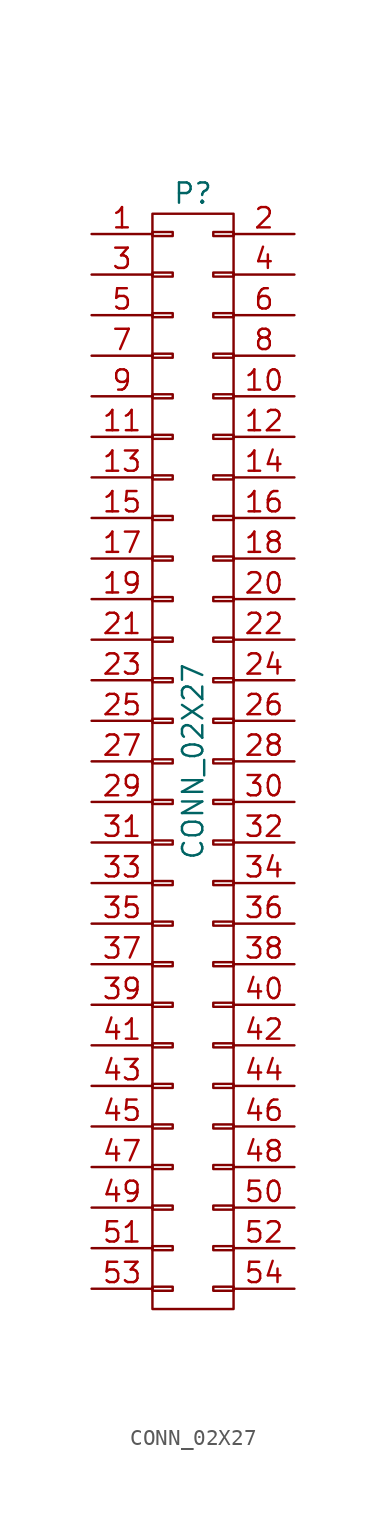
<source format=kicad_sym>
(kicad_symbol_lib
  (version 20231120)
  (generator "kicad_symbol_editor")
  (generator_version "8.0")
  (symbol "CONN_02X27"
    (pin_names
      (offset 0.025) hide)
    (property "Reference" "P"
      (at 0 35.56 0)
      (effects (font (size 1.27 1.27))))
    (property "Value" "CONN_02X27"
      (at 0 0 90)
      (effects (font (size 1.27 1.27))))
    (property "Footprint" ""
      (at 0 -16.51 0)
      (effects (font (size 1.27 1.27))))
    (property "Datasheet" ""
      (at 0 -16.51 0)
      (effects (font (size 1.27 1.27))))
    (symbol "CONN_02X27_0_1"
      (rectangle (start -2.54 -32.893) (end -1.27 -33.147) (stroke (width 0) (type solid)) (fill (type none)))
      (rectangle (start -2.54 -30.353) (end -1.27 -30.607) (stroke (width 0) (type solid)) (fill (type none)))
      (rectangle (start -2.54 -27.813) (end -1.27 -28.067) (stroke (width 0) (type solid)) (fill (type none)))
      (rectangle (start -2.54 -25.273) (end -1.27 -25.527) (stroke (width 0) (type solid)) (fill (type none)))
      (rectangle (start -2.54 -22.733) (end -1.27 -22.987) (stroke (width 0) (type solid)) (fill (type none)))
      (rectangle (start -2.54 -20.193) (end -1.27 -20.447) (stroke (width 0) (type solid)) (fill (type none)))
      (rectangle (start -2.54 -17.653) (end -1.27 -17.907) (stroke (width 0) (type solid)) (fill (type none)))
      (rectangle (start -2.54 -15.113) (end -1.27 -15.367) (stroke (width 0) (type solid)) (fill (type none)))
      (rectangle (start -2.54 -12.573) (end -1.27 -12.827) (stroke (width 0) (type solid)) (fill (type none)))
      (rectangle (start -2.54 -10.033) (end -1.27 -10.287) (stroke (width 0) (type solid)) (fill (type none)))
      (rectangle (start -2.54 -7.493) (end -1.27 -7.747) (stroke (width 0) (type solid)) (fill (type none)))
      (rectangle (start -2.54 -4.953) (end -1.27 -5.207) (stroke (width 0) (type solid)) (fill (type none)))
      (rectangle (start -2.54 -2.413) (end -1.27 -2.667) (stroke (width 0) (type solid)) (fill (type none)))
      (rectangle (start -2.54 0.127) (end -1.27 -0.127) (stroke (width 0) (type solid)) (fill (type none)))
      (rectangle (start -2.54 2.667) (end -1.27 2.413) (stroke (width 0) (type solid)) (fill (type none)))
      (rectangle (start -2.54 5.207) (end -1.27 4.953) (stroke (width 0) (type solid)) (fill (type none)))
      (rectangle (start -2.54 7.747) (end -1.27 7.493) (stroke (width 0) (type solid)) (fill (type none)))
      (rectangle (start -2.54 10.287) (end -1.27 10.033) (stroke (width 0) (type solid)) (fill (type none)))
      (rectangle (start -2.54 12.827) (end -1.27 12.573) (stroke (width 0) (type solid)) (fill (type none)))
      (rectangle (start -2.54 15.367) (end -1.27 15.113) (stroke (width 0) (type solid)) (fill (type none)))
      (rectangle (start -2.54 17.907) (end -1.27 17.653) (stroke (width 0) (type solid)) (fill (type none)))
      (rectangle (start -2.54 20.447) (end -1.27 20.193) (stroke (width 0) (type solid)) (fill (type none)))
      (rectangle (start -2.54 22.987) (end -1.27 22.733) (stroke (width 0) (type solid)) (fill (type none)))
      (rectangle (start -2.54 25.527) (end -1.27 25.273) (stroke (width 0) (type solid)) (fill (type none)))
      (rectangle (start -2.54 28.067) (end -1.27 27.813) (stroke (width 0) (type solid)) (fill (type none)))
      (rectangle (start -2.54 30.607) (end -1.27 30.353) (stroke (width 0) (type solid)) (fill (type none)))
      (rectangle (start -2.54 33.147) (end -1.27 32.893) (stroke (width 0) (type solid)) (fill (type none)))
      (rectangle (start -2.54 34.29) (end 2.54 -34.29) (stroke (width 0) (type solid)) (fill (type none)))
      (rectangle (start 1.27 -32.893) (end 2.54 -33.147) (stroke (width 0) (type solid)) (fill (type none)))
      (rectangle (start 1.27 -30.353) (end 2.54 -30.607) (stroke (width 0) (type solid)) (fill (type none)))
      (rectangle (start 1.27 -27.813) (end 2.54 -28.067) (stroke (width 0) (type solid)) (fill (type none)))
      (rectangle (start 1.27 -25.273) (end 2.54 -25.527) (stroke (width 0) (type solid)) (fill (type none)))
      (rectangle (start 1.27 -22.733) (end 2.54 -22.987) (stroke (width 0) (type solid)) (fill (type none)))
      (rectangle (start 1.27 -20.193) (end 2.54 -20.447) (stroke (width 0) (type solid)) (fill (type none)))
      (rectangle (start 1.27 -17.653) (end 2.54 -17.907) (stroke (width 0) (type solid)) (fill (type none)))
      (rectangle (start 1.27 -15.113) (end 2.54 -15.367) (stroke (width 0) (type solid)) (fill (type none)))
      (rectangle (start 1.27 -12.573) (end 2.54 -12.827) (stroke (width 0) (type solid)) (fill (type none)))
      (rectangle (start 1.27 -10.033) (end 2.54 -10.287) (stroke (width 0) (type solid)) (fill (type none)))
      (rectangle (start 1.27 -7.493) (end 2.54 -7.747) (stroke (width 0) (type solid)) (fill (type none)))
      (rectangle (start 1.27 -4.953) (end 2.54 -5.207) (stroke (width 0) (type solid)) (fill (type none)))
      (rectangle (start 1.27 -2.413) (end 2.54 -2.667) (stroke (width 0) (type solid)) (fill (type none)))
      (rectangle (start 1.27 0.127) (end 2.54 -0.127) (stroke (width 0) (type solid)) (fill (type none)))
      (rectangle (start 1.27 2.667) (end 2.54 2.413) (stroke (width 0) (type solid)) (fill (type none)))
      (rectangle (start 1.27 5.207) (end 2.54 4.953) (stroke (width 0) (type solid)) (fill (type none)))
      (rectangle (start 1.27 7.747) (end 2.54 7.493) (stroke (width 0) (type solid)) (fill (type none)))
      (rectangle (start 1.27 10.287) (end 2.54 10.033) (stroke (width 0) (type solid)) (fill (type none)))
      (rectangle (start 1.27 12.827) (end 2.54 12.573) (stroke (width 0) (type solid)) (fill (type none)))
      (rectangle (start 1.27 15.367) (end 2.54 15.113) (stroke (width 0) (type solid)) (fill (type none)))
      (rectangle (start 1.27 17.907) (end 2.54 17.653) (stroke (width 0) (type solid)) (fill (type none)))
      (rectangle (start 1.27 20.447) (end 2.54 20.193) (stroke (width 0) (type solid)) (fill (type none)))
      (rectangle (start 1.27 22.987) (end 2.54 22.733) (stroke (width 0) (type solid)) (fill (type none)))
      (rectangle (start 1.27 25.527) (end 2.54 25.273) (stroke (width 0) (type solid)) (fill (type none)))
      (rectangle (start 1.27 28.067) (end 2.54 27.813) (stroke (width 0) (type solid)) (fill (type none)))
      (rectangle (start 1.27 30.607) (end 2.54 30.353) (stroke (width 0) (type solid)) (fill (type none)))
      (rectangle (start 1.27 33.147) (end 2.54 32.893) (stroke (width 0) (type solid)) (fill (type none))))
    (symbol "CONN_02X27_1_1"
      (pin passive line (at -6.35 33.02 0) (length 3.81) (name "P1" (effects (font (size 1.27 1.27)))) (number "1" (effects (font (size 1.27 1.27)))))
      (pin passive line (at 6.35 22.86 180) (length 3.81) (name "P10" (effects (font (size 1.27 1.27)))) (number "10" (effects (font (size 1.27 1.27)))))
      (pin passive line (at -6.35 20.32 0) (length 3.81) (name "P11" (effects (font (size 1.27 1.27)))) (number "11" (effects (font (size 1.27 1.27)))))
      (pin passive line (at 6.35 20.32 180) (length 3.81) (name "P12" (effects (font (size 1.27 1.27)))) (number "12" (effects (font (size 1.27 1.27)))))
      (pin passive line (at -6.35 17.78 0) (length 3.81) (name "P13" (effects (font (size 1.27 1.27)))) (number "13" (effects (font (size 1.27 1.27)))))
      (pin passive line (at 6.35 17.78 180) (length 3.81) (name "P14" (effects (font (size 1.27 1.27)))) (number "14" (effects (font (size 1.27 1.27)))))
      (pin passive line (at -6.35 15.24 0) (length 3.81) (name "P15" (effects (font (size 1.27 1.27)))) (number "15" (effects (font (size 1.27 1.27)))))
      (pin passive line (at 6.35 15.24 180) (length 3.81) (name "P16" (effects (font (size 1.27 1.27)))) (number "16" (effects (font (size 1.27 1.27)))))
      (pin passive line (at -6.35 12.7 0) (length 3.81) (name "P17" (effects (font (size 1.27 1.27)))) (number "17" (effects (font (size 1.27 1.27)))))
      (pin passive line (at 6.35 12.7 180) (length 3.81) (name "P18" (effects (font (size 1.27 1.27)))) (number "18" (effects (font (size 1.27 1.27)))))
      (pin passive line (at -6.35 10.16 0) (length 3.81) (name "P19" (effects (font (size 1.27 1.27)))) (number "19" (effects (font (size 1.27 1.27)))))
      (pin passive line (at 6.35 33.02 180) (length 3.81) (name "P2" (effects (font (size 1.27 1.27)))) (number "2" (effects (font (size 1.27 1.27)))))
      (pin passive line (at 6.35 10.16 180) (length 3.81) (name "P20" (effects (font (size 1.27 1.27)))) (number "20" (effects (font (size 1.27 1.27)))))
      (pin passive line (at -6.35 7.62 0) (length 3.81) (name "P21" (effects (font (size 1.27 1.27)))) (number "21" (effects (font (size 1.27 1.27)))))
      (pin passive line (at 6.35 7.62 180) (length 3.81) (name "P22" (effects (font (size 1.27 1.27)))) (number "22" (effects (font (size 1.27 1.27)))))
      (pin passive line (at -6.35 5.08 0) (length 3.81) (name "P23" (effects (font (size 1.27 1.27)))) (number "23" (effects (font (size 1.27 1.27)))))
      (pin passive line (at 6.35 5.08 180) (length 3.81) (name "P24" (effects (font (size 1.27 1.27)))) (number "24" (effects (font (size 1.27 1.27)))))
      (pin passive line (at -6.35 2.54 0) (length 3.81) (name "P25" (effects (font (size 1.27 1.27)))) (number "25" (effects (font (size 1.27 1.27)))))
      (pin passive line (at 6.35 2.54 180) (length 3.81) (name "P26" (effects (font (size 1.27 1.27)))) (number "26" (effects (font (size 1.27 1.27)))))
      (pin passive line (at -6.35 0 0) (length 3.81) (name "P27" (effects (font (size 1.27 1.27)))) (number "27" (effects (font (size 1.27 1.27)))))
      (pin passive line (at 6.35 0 180) (length 3.81) (name "P28" (effects (font (size 1.27 1.27)))) (number "28" (effects (font (size 1.27 1.27)))))
      (pin passive line (at -6.35 -2.54 0) (length 3.81) (name "P29" (effects (font (size 1.27 1.27)))) (number "29" (effects (font (size 1.27 1.27)))))
      (pin passive line (at -6.35 30.48 0) (length 3.81) (name "P3" (effects (font (size 1.27 1.27)))) (number "3" (effects (font (size 1.27 1.27)))))
      (pin passive line (at 6.35 -2.54 180) (length 3.81) (name "P30" (effects (font (size 1.27 1.27)))) (number "30" (effects (font (size 1.27 1.27)))))
      (pin passive line (at -6.35 -5.08 0) (length 3.81) (name "P31" (effects (font (size 1.27 1.27)))) (number "31" (effects (font (size 1.27 1.27)))))
      (pin passive line (at 6.35 -5.08 180) (length 3.81) (name "P32" (effects (font (size 1.27 1.27)))) (number "32" (effects (font (size 1.27 1.27)))))
      (pin passive line (at -6.35 -7.62 0) (length 3.81) (name "P33" (effects (font (size 1.27 1.27)))) (number "33" (effects (font (size 1.27 1.27)))))
      (pin passive line (at 6.35 -7.62 180) (length 3.81) (name "P34" (effects (font (size 1.27 1.27)))) (number "34" (effects (font (size 1.27 1.27)))))
      (pin passive line (at -6.35 -10.16 0) (length 3.81) (name "P35" (effects (font (size 1.27 1.27)))) (number "35" (effects (font (size 1.27 1.27)))))
      (pin passive line (at 6.35 -10.16 180) (length 3.81) (name "P36" (effects (font (size 1.27 1.27)))) (number "36" (effects (font (size 1.27 1.27)))))
      (pin passive line (at -6.35 -12.7 0) (length 3.81) (name "P37" (effects (font (size 1.27 1.27)))) (number "37" (effects (font (size 1.27 1.27)))))
      (pin passive line (at 6.35 -12.7 180) (length 3.81) (name "P38" (effects (font (size 1.27 1.27)))) (number "38" (effects (font (size 1.27 1.27)))))
      (pin passive line (at -6.35 -15.24 0) (length 3.81) (name "P39" (effects (font (size 1.27 1.27)))) (number "39" (effects (font (size 1.27 1.27)))))
      (pin passive line (at 6.35 30.48 180) (length 3.81) (name "P4" (effects (font (size 1.27 1.27)))) (number "4" (effects (font (size 1.27 1.27)))))
      (pin passive line (at 6.35 -15.24 180) (length 3.81) (name "P40" (effects (font (size 1.27 1.27)))) (number "40" (effects (font (size 1.27 1.27)))))
      (pin passive line (at -6.35 -17.78 0) (length 3.81) (name "P41" (effects (font (size 1.27 1.27)))) (number "41" (effects (font (size 1.27 1.27)))))
      (pin passive line (at 6.35 -17.78 180) (length 3.81) (name "P42" (effects (font (size 1.27 1.27)))) (number "42" (effects (font (size 1.27 1.27)))))
      (pin passive line (at -6.35 -20.32 0) (length 3.81) (name "P43" (effects (font (size 1.27 1.27)))) (number "43" (effects (font (size 1.27 1.27)))))
      (pin passive line (at 6.35 -20.32 180) (length 3.81) (name "P44" (effects (font (size 1.27 1.27)))) (number "44" (effects (font (size 1.27 1.27)))))
      (pin passive line (at -6.35 -22.86 0) (length 3.81) (name "P45" (effects (font (size 1.27 1.27)))) (number "45" (effects (font (size 1.27 1.27)))))
      (pin passive line (at 6.35 -22.86 180) (length 3.81) (name "P46" (effects (font (size 1.27 1.27)))) (number "46" (effects (font (size 1.27 1.27)))))
      (pin passive line (at -6.35 -25.4 0) (length 3.81) (name "P47" (effects (font (size 1.27 1.27)))) (number "47" (effects (font (size 1.27 1.27)))))
      (pin passive line (at 6.35 -25.4 180) (length 3.81) (name "P48" (effects (font (size 1.27 1.27)))) (number "48" (effects (font (size 1.27 1.27)))))
      (pin passive line (at -6.35 -27.94 0) (length 3.81) (name "P49" (effects (font (size 1.27 1.27)))) (number "49" (effects (font (size 1.27 1.27)))))
      (pin passive line (at -6.35 27.94 0) (length 3.81) (name "P5" (effects (font (size 1.27 1.27)))) (number "5" (effects (font (size 1.27 1.27)))))
      (pin passive line (at 6.35 -27.94 180) (length 3.81) (name "P50" (effects (font (size 1.27 1.27)))) (number "50" (effects (font (size 1.27 1.27)))))
      (pin passive line (at -6.35 -30.48 0) (length 3.81) (name "P51" (effects (font (size 1.27 1.27)))) (number "51" (effects (font (size 1.27 1.27)))))
      (pin passive line (at 6.35 -30.48 180) (length 3.81) (name "P52" (effects (font (size 1.27 1.27)))) (number "52" (effects (font (size 1.27 1.27)))))
      (pin passive line (at -6.35 -33.02 0) (length 3.81) (name "P53" (effects (font (size 1.27 1.27)))) (number "53" (effects (font (size 1.27 1.27)))))
      (pin passive line (at 6.35 -33.02 180) (length 3.81) (name "P54" (effects (font (size 1.27 1.27)))) (number "54" (effects (font (size 1.27 1.27)))))
      (pin passive line (at 6.35 27.94 180) (length 3.81) (name "P6" (effects (font (size 1.27 1.27)))) (number "6" (effects (font (size 1.27 1.27)))))
      (pin passive line (at -6.35 25.4 0) (length 3.81) (name "P7" (effects (font (size 1.27 1.27)))) (number "7" (effects (font (size 1.27 1.27)))))
      (pin passive line (at 6.35 25.4 180) (length 3.81) (name "P8" (effects (font (size 1.27 1.27)))) (number "8" (effects (font (size 1.27 1.27)))))
      (pin passive line (at -6.35 22.86 0) (length 3.81) (name "P9" (effects (font (size 1.27 1.27)))) (number "9" (effects (font (size 1.27 1.27))))))))
</source>
